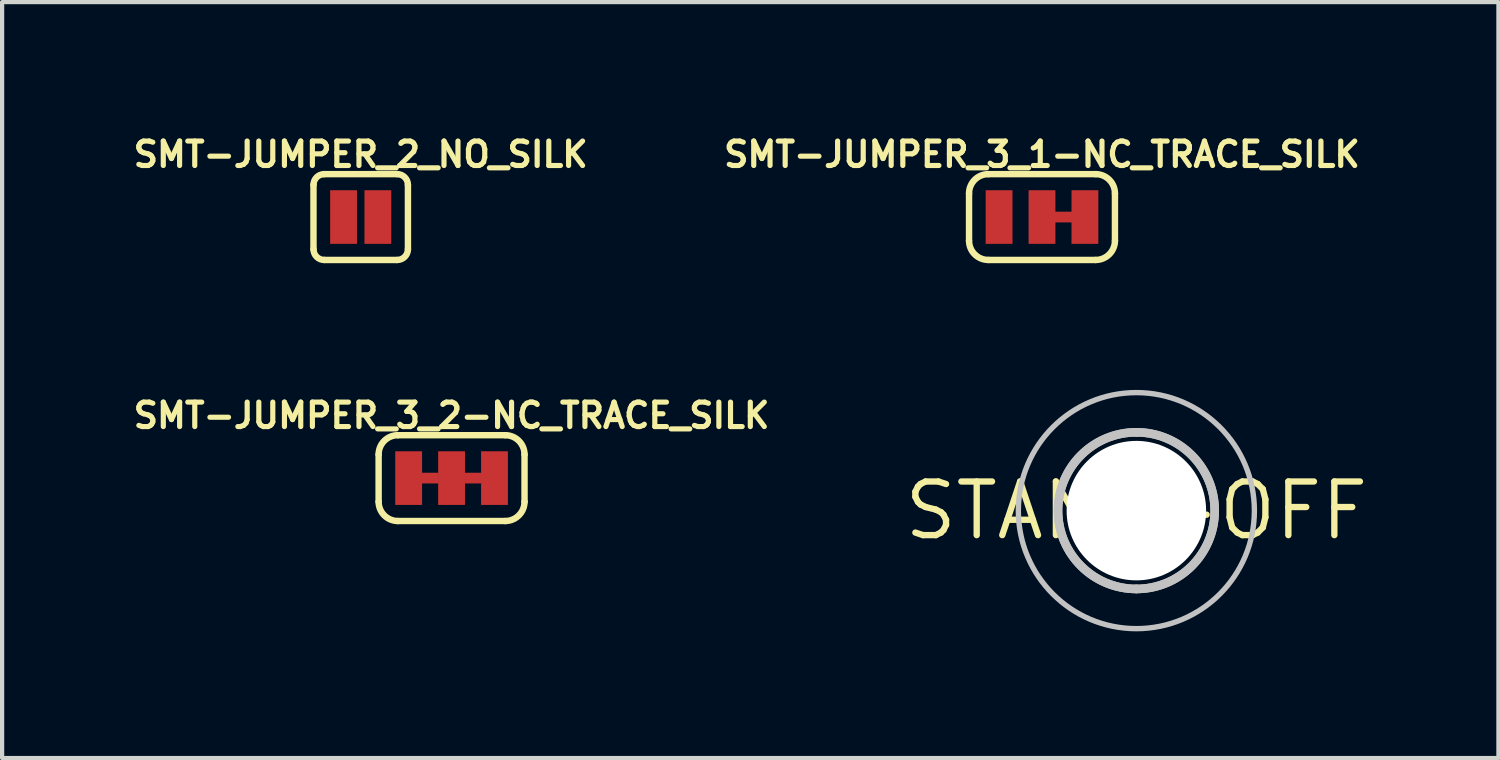
<source format=kicad_pcb>
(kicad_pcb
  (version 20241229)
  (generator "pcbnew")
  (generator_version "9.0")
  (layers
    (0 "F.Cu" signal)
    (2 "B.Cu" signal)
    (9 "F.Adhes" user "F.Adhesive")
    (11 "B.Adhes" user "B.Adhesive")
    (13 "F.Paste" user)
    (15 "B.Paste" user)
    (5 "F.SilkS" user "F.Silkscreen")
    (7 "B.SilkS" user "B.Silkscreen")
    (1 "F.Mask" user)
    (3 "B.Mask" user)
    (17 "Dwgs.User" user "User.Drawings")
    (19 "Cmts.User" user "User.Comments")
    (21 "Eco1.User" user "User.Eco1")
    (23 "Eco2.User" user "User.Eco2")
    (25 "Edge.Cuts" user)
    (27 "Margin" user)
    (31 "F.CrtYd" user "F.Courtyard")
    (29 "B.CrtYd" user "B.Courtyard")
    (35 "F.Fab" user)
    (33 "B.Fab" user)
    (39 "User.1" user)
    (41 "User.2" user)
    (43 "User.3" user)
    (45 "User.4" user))
  (footprint "STAND-OFF"
    (layer "F.Cu")
    (at 23.851 9.038)
    (property "Reference" "STAND-OFF" (at 0 0 0) (layer "F.SilkS") (effects (font (size 1.27 1.27) (thickness 0.15))))
    (attr through_hole)
    (fp_arc (start 0 -1.8542) (mid 1.8542 0) (end 0 1.8542) (stroke (width 0.2032) (type solid)) (layer "Dwgs.User"))
    (fp_arc (start 0 -1.8542) (mid 1.8542 0) (end 0 1.8542) (stroke (width 0.2032) (type solid)) (layer "Dwgs.User"))
    (fp_arc (start 0 1.8542) (mid -1.8542 0) (end 0 -1.8542) (stroke (width 0.2032) (type solid)) (layer "Dwgs.User"))
    (fp_arc (start 0 1.8542) (mid -1.8542 0) (end 0 -1.8542) (stroke (width 0.2032) (type solid)) (layer "Dwgs.User"))
    (fp_circle (center 0 0) (end 2.794 0) (stroke (width 0.127) (type solid)) (fill no) (layer "Dwgs.User"))
    (pad "" np_thru_hole circle (at 0 0) (size 3.302 3.302) (drill 3.302) (layers "*.Cu" "*.Mask")))
  (footprint "SMT-JUMPER_2_NO_SILK"
    (layer "F.Cu")
    (at 5.489 2.088)
    (property "Reference" "SMT-JUMPER_2_NO_SILK" (at 0 -1.143 0) (layer "F.SilkS") (effects (font (size 0.579 0.579) (thickness 0.122)) (justify bottom)))
    (attr through_hole)
    (fp_line (start -1.118 0.762) (end -1.118 -0.762) (stroke (width 0.152) (type solid)) (layer "F.SilkS"))
    (fp_line (start -0.864 -1.016) (end 0.864 -1.016) (stroke (width 0.152) (type solid)) (layer "F.SilkS"))
    (fp_line (start 0.864 1.016) (end -0.864 1.016) (stroke (width 0.152) (type solid)) (layer "F.SilkS"))
    (fp_line (start 1.118 0.762) (end 1.118 -0.762) (stroke (width 0.152) (type solid)) (layer "F.SilkS"))
    (fp_arc (start -1.1176 -0.762) (mid -1.043205 -0.941605) (end -0.8636 -1.016) (stroke (width 0.1524) (type solid)) (layer "F.SilkS"))
    (fp_arc (start -0.8636 1.016) (mid -1.043205 0.941605) (end -1.1176 0.762) (stroke (width 0.1524) (type solid)) (layer "F.SilkS"))
    (fp_arc (start 0.8636 -1.016) (mid 1.043205 -0.941605) (end 1.1176 -0.762) (stroke (width 0.1524) (type solid)) (layer "F.SilkS"))
    (fp_arc (start 1.1176 0.762) (mid 1.043205 0.941605) (end 0.8636 1.016) (stroke (width 0.1524) (type solid)) (layer "F.SilkS"))
    (pad "1" smd rect (at -0.406 0) (size 0.635 1.27) (layers "F.Cu" "F.Mask"))
    (pad "2" smd rect (at 0.406 0) (size 0.635 1.27) (layers "F.Cu" "F.Mask")))
  (footprint "SMT-JUMPER_3_2-NC_TRACE_SILK"
    (layer "F.Cu")
    (at 7.64 8.268)
    (property "Reference" "SMT-JUMPER_3_2-NC_TRACE_SILK" (at 0 -1.143 0) (layer "F.SilkS") (effects (font (size 0.579 0.579) (thickness 0.122)) (justify bottom)))
    (attr through_hole)
    (fp_poly (pts (xy -0.711 0.127) (xy -0.305 0.127) (xy -0.305 -0.127) (xy -0.711 -0.127)) (stroke (width 0) (type solid)) (fill yes) (layer "F.Cu"))
    (fp_poly (pts (xy 0.305 0.127) (xy 0.711 0.127) (xy 0.711 -0.127) (xy 0.305 -0.127)) (stroke (width 0) (type solid)) (fill yes) (layer "F.Cu"))
    (fp_poly (pts (xy -0.699 -0.127) (xy 0.699 -0.127) (xy 0.699 0.127) (xy -0.699 0.127)) (stroke (width 0) (type solid)) (fill yes) (layer "F.Mask"))
    (fp_line (start -1.727 0.559) (end -1.727 -0.559) (stroke (width 0.152) (type solid)) (layer "F.SilkS"))
    (fp_line (start -1.27 -1.016) (end 1.27 -1.016) (stroke (width 0.152) (type solid)) (layer "F.SilkS"))
    (fp_line (start 1.27 1.016) (end -1.27 1.016) (stroke (width 0.152) (type solid)) (layer "F.SilkS"))
    (fp_line (start 1.727 0.559) (end 1.727 -0.559) (stroke (width 0.152) (type solid)) (layer "F.SilkS"))
    (fp_arc (start -1.7272 -0.5588) (mid -1.593289 -0.882089) (end -1.27 -1.016) (stroke (width 0.1524) (type solid)) (layer "F.SilkS"))
    (fp_arc (start -1.27 1.016) (mid -1.593289 0.882089) (end -1.7272 0.5588) (stroke (width 0.1524) (type solid)) (layer "F.SilkS"))
    (fp_arc (start 1.27 -1.016) (mid 1.593289 -0.882089) (end 1.7272 -0.5588) (stroke (width 0.1524) (type solid)) (layer "F.SilkS"))
    (fp_arc (start 1.7272 0.5588) (mid 1.593289 0.882089) (end 1.27 1.016) (stroke (width 0.1524) (type solid)) (layer "F.SilkS"))
    (pad "1" smd rect (at -1.016 0) (size 0.635 1.27) (layers "F.Cu" "F.Mask"))
    (pad "2" smd rect (at 0 0) (size 0.635 1.27) (layers "F.Cu" "F.Mask"))
    (pad "3" smd rect (at 1.016 0) (size 0.635 1.27) (layers "F.Cu" "F.Mask")))
  (footprint "SMT-JUMPER_3_1-NC_TRACE_SILK"
    (layer "F.Cu")
    (at 21.617 2.088)
    (property "Reference" "SMT-JUMPER_3_1-NC_TRACE_SILK" (at 0 -1.143 0) (layer "F.SilkS") (effects (font (size 0.579 0.579) (thickness 0.122)) (justify bottom)))
    (attr through_hole)
    (fp_poly (pts (xy 0.305 0.127) (xy 0.711 0.127) (xy 0.711 -0.127) (xy 0.305 -0.127)) (stroke (width 0) (type solid)) (fill yes) (layer "F.Cu"))
    (fp_poly (pts (xy 0.318 -0.127) (xy 0.699 -0.127) (xy 0.699 0.127) (xy 0.318 0.127)) (stroke (width 0) (type solid)) (fill yes) (layer "F.Mask"))
    (fp_line (start -1.727 0.559) (end -1.727 -0.559) (stroke (width 0.152) (type solid)) (layer "F.SilkS"))
    (fp_line (start -1.27 -1.016) (end 1.27 -1.016) (stroke (width 0.152) (type solid)) (layer "F.SilkS"))
    (fp_line (start 1.27 1.016) (end -1.27 1.016) (stroke (width 0.152) (type solid)) (layer "F.SilkS"))
    (fp_line (start 1.727 0.559) (end 1.727 -0.559) (stroke (width 0.152) (type solid)) (layer "F.SilkS"))
    (fp_arc (start -1.7272 -0.5588) (mid -1.593289 -0.882089) (end -1.27 -1.016) (stroke (width 0.1524) (type solid)) (layer "F.SilkS"))
    (fp_arc (start -1.27 1.016) (mid -1.593289 0.882089) (end -1.7272 0.5588) (stroke (width 0.1524) (type solid)) (layer "F.SilkS"))
    (fp_arc (start 1.27 -1.016) (mid 1.593289 -0.882089) (end 1.7272 -0.5588) (stroke (width 0.1524) (type solid)) (layer "F.SilkS"))
    (fp_arc (start 1.7272 0.5588) (mid 1.593289 0.882089) (end 1.27 1.016) (stroke (width 0.1524) (type solid)) (layer "F.SilkS"))
    (pad "1" smd rect (at -1.016 0) (size 0.635 1.27) (layers "F.Cu" "F.Mask"))
    (pad "2" smd rect (at 0 0) (size 0.635 1.27) (layers "F.Cu" "F.Mask"))
    (pad "3" smd rect (at 1.016 0) (size 0.635 1.27) (layers "F.Cu" "F.Mask")))
  (gr_rect
    (start -3 -3)
    (end 32.422 14.895)
    (stroke (width 0.1) (type default))
    (fill no)
    (layer "Edge.Cuts")))
</source>
